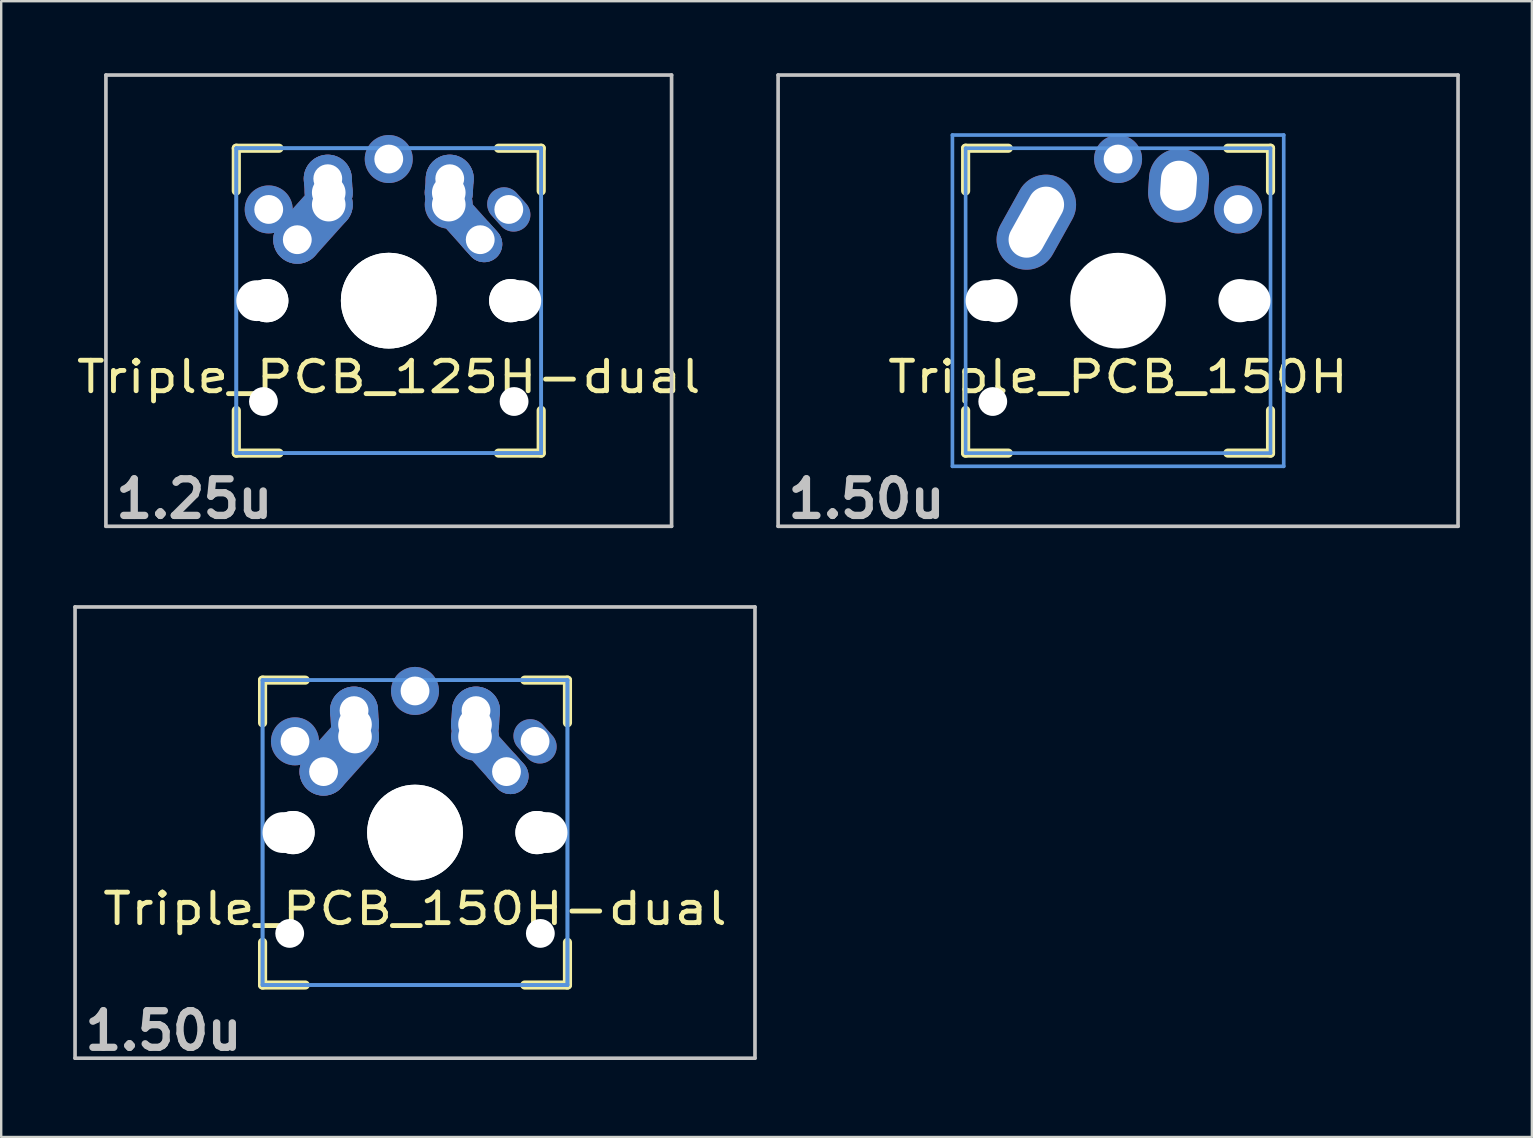
<source format=kicad_pcb>
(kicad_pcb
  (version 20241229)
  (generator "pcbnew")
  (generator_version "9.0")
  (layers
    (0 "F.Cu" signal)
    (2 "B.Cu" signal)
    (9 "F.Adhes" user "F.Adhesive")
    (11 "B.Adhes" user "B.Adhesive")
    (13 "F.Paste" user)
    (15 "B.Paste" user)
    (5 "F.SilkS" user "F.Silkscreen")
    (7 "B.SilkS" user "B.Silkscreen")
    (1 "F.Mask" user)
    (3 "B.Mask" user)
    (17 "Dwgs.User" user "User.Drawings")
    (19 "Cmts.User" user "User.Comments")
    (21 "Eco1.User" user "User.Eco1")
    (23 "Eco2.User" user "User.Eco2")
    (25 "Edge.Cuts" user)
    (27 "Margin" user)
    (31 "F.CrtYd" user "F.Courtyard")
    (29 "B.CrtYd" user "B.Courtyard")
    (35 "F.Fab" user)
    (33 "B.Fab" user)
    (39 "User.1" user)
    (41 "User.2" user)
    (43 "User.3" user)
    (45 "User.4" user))
  (footprint "Triple_PCB_150H-dual"
    (layer "F.Cu")
    (at 14.237 31.63)
    (property "Reference" "Triple_PCB_150H-dual" (at 0 3.175 0) (layer "F.SilkS") (effects (font (size 1.27 1.524) (thickness 0.203))))
    (attr through_hole)
    (fp_line (start -6.35 -6.35) (end -4.572 -6.35) (stroke (width 0.381) (type solid)) (layer "F.SilkS"))
    (fp_line (start -6.35 -4.572) (end -6.35 -6.35) (stroke (width 0.381) (type solid)) (layer "F.SilkS"))
    (fp_line (start -6.35 6.35) (end -6.35 4.572) (stroke (width 0.381) (type solid)) (layer "F.SilkS"))
    (fp_line (start -4.572 6.35) (end -6.35 6.35) (stroke (width 0.381) (type solid)) (layer "F.SilkS"))
    (fp_line (start 4.572 -6.35) (end 6.35 -6.35) (stroke (width 0.381) (type solid)) (layer "F.SilkS"))
    (fp_line (start 6.35 -6.35) (end 6.35 -4.572) (stroke (width 0.381) (type solid)) (layer "F.SilkS"))
    (fp_line (start 6.35 4.572) (end 6.35 6.35) (stroke (width 0.381) (type solid)) (layer "F.SilkS"))
    (fp_line (start 6.35 6.35) (end 4.572 6.35) (stroke (width 0.381) (type solid)) (layer "F.SilkS"))
    (fp_line (start -14.161 -9.398) (end 14.161 -9.398) (stroke (width 0.152) (type solid)) (layer "Dwgs.User"))
    (fp_line (start -14.161 9.398) (end -14.161 -9.398) (stroke (width 0.152) (type solid)) (layer "Dwgs.User"))
    (fp_line (start 14.161 -9.398) (end 14.161 9.398) (stroke (width 0.152) (type solid)) (layer "Dwgs.User"))
    (fp_line (start 14.161 9.398) (end -14.161 9.398) (stroke (width 0.152) (type solid)) (layer "Dwgs.User"))
    (fp_line (start -6.35 -6.35) (end 6.35 -6.35) (stroke (width 0.152) (type solid)) (layer "Cmts.User"))
    (fp_line (start -6.35 -6.35) (end 6.35 -6.35) (stroke (width 0.152) (type solid)) (layer "Cmts.User"))
    (fp_line (start -6.35 6.35) (end -6.35 -6.35) (stroke (width 0.152) (type solid)) (layer "Cmts.User"))
    (fp_line (start -6.35 6.35) (end -6.35 -6.35) (stroke (width 0.152) (type solid)) (layer "Cmts.User"))
    (fp_line (start 6.35 -6.35) (end 6.35 6.35) (stroke (width 0.152) (type solid)) (layer "Cmts.User"))
    (fp_line (start 6.35 -6.35) (end 6.35 6.35) (stroke (width 0.152) (type solid)) (layer "Cmts.User"))
    (fp_line (start 6.35 6.35) (end -6.35 6.35) (stroke (width 0.152) (type solid)) (layer "Cmts.User"))
    (fp_line (start 6.35 6.35) (end -6.35 6.35) (stroke (width 0.152) (type solid)) (layer "Cmts.User"))
    (fp_line (start -7.5 -7.5) (end 7.5 -7.5) (stroke (width 0.152) (type solid)) (layer "Eco2.User"))
    (fp_line (start -7.5 7.5) (end -7.5 -7.5) (stroke (width 0.152) (type solid)) (layer "Eco2.User"))
    (fp_line (start -6.985 -6.985) (end 6.985 -6.985) (stroke (width 0.152) (type solid)) (layer "Eco2.User"))
    (fp_line (start -6.985 -6.985) (end 6.985 -6.985) (stroke (width 0.152) (type solid)) (layer "Eco2.User"))
    (fp_line (start -6.985 6.985) (end -6.985 -6.985) (stroke (width 0.152) (type solid)) (layer "Eco2.User"))
    (fp_line (start -6.985 6.985) (end -6.985 -6.985) (stroke (width 0.152) (type solid)) (layer "Eco2.User"))
    (fp_line (start 6.985 -6.985) (end 6.985 6.985) (stroke (width 0.152) (type solid)) (layer "Eco2.User"))
    (fp_line (start 6.985 -6.985) (end 6.985 6.985) (stroke (width 0.152) (type solid)) (layer "Eco2.User"))
    (fp_line (start 6.985 6.985) (end -6.985 6.985) (stroke (width 0.152) (type solid)) (layer "Eco2.User"))
    (fp_line (start 6.985 6.985) (end -6.985 6.985) (stroke (width 0.152) (type solid)) (layer "Eco2.User"))
    (fp_line (start 7.5 -7.5) (end 7.5 7.5) (stroke (width 0.152) (type solid)) (layer "Eco2.User"))
    (fp_line (start 7.5 7.5) (end -7.5 7.5) (stroke (width 0.152) (type solid)) (layer "Eco2.User"))
    (fp_text user "1.50u" (at -10.477 8.255 0) (layer "Dwgs.User") (effects (font (size 1.524 1.524) (thickness 0.305))))
    (pad "" np_thru_hole circle (at -5.5 0) (size 1.7 1.7) (drill 1.7) (layers "*.Cu"))
    (pad "" np_thru_hole circle (at -5.22 4.2) (size 1.2 1.2) (drill 1.2) (layers "*.Cu"))
    (pad "" np_thru_hole circle (at -5.08 0) (size 1.8 1.8) (drill 1.8) (layers "*.Cu"))
    (pad "" np_thru_hole circle (at -5.08 0) (size 1.8 1.8) (drill 1.8) (layers "*.Cu"))
    (pad "" np_thru_hole circle (at 0 0) (size 3.988 3.988) (drill 3.988) (layers "*.Cu"))
    (pad "" np_thru_hole circle (at 0 0) (size 3.988 3.988) (drill 3.988) (layers "*.Cu"))
    (pad "" np_thru_hole circle (at 5.08 0) (size 1.8 1.8) (drill 1.8) (layers "*.Cu"))
    (pad "" np_thru_hole circle (at 5.08 0) (size 1.8 1.8) (drill 1.8) (layers "*.Cu"))
    (pad "" np_thru_hole circle (at 5.22 4.2) (size 1.2 1.2) (drill 1.2) (layers "*.Cu"))
    (pad "" np_thru_hole circle (at 5.5 0) (size 1.7 1.7) (drill 1.7) (layers "*.Cu"))
    (pad "1" thru_hole circle (at -5 -3.8 138.1) (size 2 2) (drill 1.2) (layers "*.Cu" "*.Mask"))
    (pad "1" thru_hole circle (at -3.81 -2.54) (size 2 2) (drill oval 1.2) (layers "*.Cu" "*.Mask"))
    (pad "1" smd oval (at -3.155 -3.27 138.1) (size 2 3.962) (layers "F.Cu" "F.Mask" "F.Paste"))
    (pad "1" smd oval (at -3.155 -3.27 138.1) (size 2 3.962) (layers "B.Cu" "B.Mask" "B.Paste"))
    (pad "1" thru_hole circle (at -2.54 -5.08 330.95) (size 2 2) (drill 1.2) (layers "*.Cu" "*.Mask"))
    (pad "1" smd oval (at -2.52 -4.79 3.945) (size 2 2.581) (layers "F.Cu" "F.Mask" "F.Paste"))
    (pad "1" smd oval (at -2.52 -4.79 3.945) (size 2 2.581) (layers "B.Cu" "B.Mask" "B.Paste"))
    (pad "1" thru_hole circle (at -2.5 -4.5 330.95) (size 2 2) (drill 1.4) (layers "*.Cu" "*.Mask"))
    (pad "1" thru_hole circle (at -2.5 -4 330.95) (size 2 2) (drill 1.4) (layers "*.Cu" "*.Mask"))
    (pad "1" thru_hole oval (at 5 -3.8 221.9) (size 1.4 2) (drill 1.2) (layers "*.Cu" "*.Mask"))
    (pad "2" thru_hole circle (at 0 -5.9) (size 2 2) (drill 1.2) (layers "*.Cu" "*.Mask"))
    (pad "2" thru_hole circle (at 2.5 -4.5 330.95) (size 2 2) (drill 1.4) (layers "*.Cu" "*.Mask"))
    (pad "2" thru_hole circle (at 2.5 -4) (size 2 2) (drill 1.4) (layers "*.Cu" "*.Mask"))
    (pad "2" smd oval (at 2.52 -4.79 356.055) (size 2 2.581) (layers "F.Cu" "F.Mask" "F.Paste"))
    (pad "2" smd oval (at 2.52 -4.79 356.055) (size 2 2.581) (layers "B.Cu" "B.Mask" "B.Paste"))
    (pad "2" thru_hole circle (at 2.54 -5.08 330.95) (size 2 2) (drill 1.2) (layers "*.Cu" "*.Mask"))
    (pad "2" smd oval (at 3.155 -3.27 221.9) (size 1.5 3.962) (layers "F.Cu" "F.Mask" "F.Paste"))
    (pad "2" smd oval (at 3.155 -3.27 221.9) (size 1.5 3.962) (layers "B.Cu" "B.Mask" "B.Paste"))
    (pad "2" thru_hole oval (at 3.81 -2.54 311.9) (size 2 1.5) (drill 1.2) (layers "*.Cu" "*.Mask")))
  (footprint "Triple_PCB_150H"
    (layer "F.Cu")
    (at 43.522 9.474)
    (property "Reference" "Triple_PCB_150H" (at 0 3.175 0) (layer "F.SilkS") (effects (font (size 1.27 1.524) (thickness 0.203))))
    (attr through_hole)
    (fp_line (start -6.35 -6.35) (end -4.572 -6.35) (stroke (width 0.381) (type solid)) (layer "F.SilkS"))
    (fp_line (start -6.35 -4.572) (end -6.35 -6.35) (stroke (width 0.381) (type solid)) (layer "F.SilkS"))
    (fp_line (start -6.35 6.35) (end -6.35 4.572) (stroke (width 0.381) (type solid)) (layer "F.SilkS"))
    (fp_line (start -4.572 6.35) (end -6.35 6.35) (stroke (width 0.381) (type solid)) (layer "F.SilkS"))
    (fp_line (start 4.572 -6.35) (end 6.35 -6.35) (stroke (width 0.381) (type solid)) (layer "F.SilkS"))
    (fp_line (start 6.35 -6.35) (end 6.35 -4.572) (stroke (width 0.381) (type solid)) (layer "F.SilkS"))
    (fp_line (start 6.35 4.572) (end 6.35 6.35) (stroke (width 0.381) (type solid)) (layer "F.SilkS"))
    (fp_line (start 6.35 6.35) (end 4.572 6.35) (stroke (width 0.381) (type solid)) (layer "F.SilkS"))
    (fp_line (start -14.161 -9.398) (end 14.161 -9.398) (stroke (width 0.152) (type solid)) (layer "Dwgs.User"))
    (fp_line (start -14.161 9.398) (end -14.161 -9.398) (stroke (width 0.152) (type solid)) (layer "Dwgs.User"))
    (fp_line (start 14.161 -9.398) (end 14.161 9.398) (stroke (width 0.152) (type solid)) (layer "Dwgs.User"))
    (fp_line (start 14.161 9.398) (end -14.161 9.398) (stroke (width 0.152) (type solid)) (layer "Dwgs.User"))
    (fp_line (start -6.9 -6.9) (end 6.9 -6.9) (stroke (width 0.152) (type solid)) (layer "Cmts.User"))
    (fp_line (start -6.9 6.9) (end -6.9 -6.9) (stroke (width 0.152) (type solid)) (layer "Cmts.User"))
    (fp_line (start -6.35 -6.35) (end 6.35 -6.35) (stroke (width 0.152) (type solid)) (layer "Cmts.User"))
    (fp_line (start -6.35 6.35) (end -6.35 -6.35) (stroke (width 0.152) (type solid)) (layer "Cmts.User"))
    (fp_line (start 6.35 -6.35) (end 6.35 6.35) (stroke (width 0.152) (type solid)) (layer "Cmts.User"))
    (fp_line (start 6.35 6.35) (end -6.35 6.35) (stroke (width 0.152) (type solid)) (layer "Cmts.User"))
    (fp_line (start 6.9 -6.9) (end 6.9 6.9) (stroke (width 0.152) (type solid)) (layer "Cmts.User"))
    (fp_line (start 6.9 6.9) (end -6.9 6.9) (stroke (width 0.152) (type solid)) (layer "Cmts.User"))
    (fp_line (start -7.5 -7.5) (end 7.5 -7.5) (stroke (width 0.152) (type solid)) (layer "Eco2.User"))
    (fp_line (start -7.5 7.5) (end -7.5 -7.5) (stroke (width 0.152) (type solid)) (layer "Eco2.User"))
    (fp_line (start -6.985 -6.985) (end 6.985 -6.985) (stroke (width 0.152) (type solid)) (layer "Eco2.User"))
    (fp_line (start -6.985 6.985) (end -6.985 -6.985) (stroke (width 0.152) (type solid)) (layer "Eco2.User"))
    (fp_line (start 6.985 -6.985) (end 6.985 6.985) (stroke (width 0.152) (type solid)) (layer "Eco2.User"))
    (fp_line (start 6.985 6.985) (end -6.985 6.985) (stroke (width 0.152) (type solid)) (layer "Eco2.User"))
    (fp_line (start 7.5 -7.5) (end 7.5 7.5) (stroke (width 0.152) (type solid)) (layer "Eco2.User"))
    (fp_line (start 7.5 7.5) (end -7.5 7.5) (stroke (width 0.152) (type solid)) (layer "Eco2.User"))
    (fp_text user "1.50u" (at -10.477 8.255 0) (layer "Dwgs.User") (effects (font (size 1.524 1.524) (thickness 0.305))))
    (pad "" np_thru_hole circle (at -5.5 0) (size 1.7 1.7) (drill 1.7) (layers "*.Cu"))
    (pad "" np_thru_hole circle (at -5.22 4.2) (size 1.2 1.2) (drill 1.2) (layers "*.Cu"))
    (pad "" np_thru_hole circle (at -5.08 0) (size 1.8 1.8) (drill 1.8) (layers "*.Cu"))
    (pad "" np_thru_hole circle (at 0 0) (size 3.4 3.4) (drill 3.4) (layers "*.Cu"))
    (pad "" np_thru_hole circle (at 0 0) (size 3.988 3.988) (drill 3.988) (layers "*.Cu"))
    (pad "" np_thru_hole circle (at 5.08 0) (size 1.8 1.8) (drill 1.8) (layers "*.Cu"))
    (pad "" np_thru_hole circle (at 5.5 0) (size 1.7 1.7) (drill 1.7) (layers "*.Cu"))
    (pad "1" thru_hole oval (at -3.405 -3.27 330.9) (size 2.5 4.17) (drill oval 1.5 3.17) (layers "*.Cu" "*.Mask"))
    (pad "1" thru_hole circle (at 0 -5.9) (size 2 2) (drill 1.2) (layers "*.Cu" "*.Mask"))
    (pad "2" thru_hole oval (at 2.52 -4.79 356.1) (size 2.5 3.08) (drill oval 1.5 2.08) (layers "*.Cu" "*.Mask"))
    (pad "2" thru_hole circle (at 5 -3.8 221.9) (size 2 2) (drill 1.2) (layers "*.Cu" "*.Mask")))
  (footprint "Triple_PCB_125H-dual"
    (layer "F.Cu")
    (at 13.143 9.474)
    (property "Reference" "Triple_PCB_125H-dual" (at 0 3.175 0) (layer "F.SilkS") (effects (font (size 1.27 1.524) (thickness 0.203))))
    (attr through_hole)
    (fp_line (start -6.35 -6.35) (end -4.572 -6.35) (stroke (width 0.381) (type solid)) (layer "F.SilkS"))
    (fp_line (start -6.35 -4.572) (end -6.35 -6.35) (stroke (width 0.381) (type solid)) (layer "F.SilkS"))
    (fp_line (start -6.35 6.35) (end -6.35 4.572) (stroke (width 0.381) (type solid)) (layer "F.SilkS"))
    (fp_line (start -4.572 6.35) (end -6.35 6.35) (stroke (width 0.381) (type solid)) (layer "F.SilkS"))
    (fp_line (start 4.572 -6.35) (end 6.35 -6.35) (stroke (width 0.381) (type solid)) (layer "F.SilkS"))
    (fp_line (start 6.35 -6.35) (end 6.35 -4.572) (stroke (width 0.381) (type solid)) (layer "F.SilkS"))
    (fp_line (start 6.35 4.572) (end 6.35 6.35) (stroke (width 0.381) (type solid)) (layer "F.SilkS"))
    (fp_line (start 6.35 6.35) (end 4.572 6.35) (stroke (width 0.381) (type solid)) (layer "F.SilkS"))
    (fp_line (start -11.781 -9.398) (end 11.781 -9.398) (stroke (width 0.152) (type solid)) (layer "Dwgs.User"))
    (fp_line (start -11.781 9.398) (end -11.781 -9.398) (stroke (width 0.152) (type solid)) (layer "Dwgs.User"))
    (fp_line (start 11.781 -9.398) (end 11.781 9.398) (stroke (width 0.152) (type solid)) (layer "Dwgs.User"))
    (fp_line (start 11.781 9.398) (end -11.781 9.398) (stroke (width 0.152) (type solid)) (layer "Dwgs.User"))
    (fp_line (start -6.35 -6.35) (end 6.35 -6.35) (stroke (width 0.152) (type solid)) (layer "Cmts.User"))
    (fp_line (start -6.35 -6.35) (end 6.35 -6.35) (stroke (width 0.152) (type solid)) (layer "Cmts.User"))
    (fp_line (start -6.35 6.35) (end -6.35 -6.35) (stroke (width 0.152) (type solid)) (layer "Cmts.User"))
    (fp_line (start -6.35 6.35) (end -6.35 -6.35) (stroke (width 0.152) (type solid)) (layer "Cmts.User"))
    (fp_line (start 6.35 -6.35) (end 6.35 6.35) (stroke (width 0.152) (type solid)) (layer "Cmts.User"))
    (fp_line (start 6.35 -6.35) (end 6.35 6.35) (stroke (width 0.152) (type solid)) (layer "Cmts.User"))
    (fp_line (start 6.35 6.35) (end -6.35 6.35) (stroke (width 0.152) (type solid)) (layer "Cmts.User"))
    (fp_line (start 6.35 6.35) (end -6.35 6.35) (stroke (width 0.152) (type solid)) (layer "Cmts.User"))
    (fp_line (start -7.5 -7.5) (end 7.5 -7.5) (stroke (width 0.152) (type solid)) (layer "Eco2.User"))
    (fp_line (start -7.5 7.5) (end -7.5 -7.5) (stroke (width 0.152) (type solid)) (layer "Eco2.User"))
    (fp_line (start -6.985 -6.985) (end 6.985 -6.985) (stroke (width 0.152) (type solid)) (layer "Eco2.User"))
    (fp_line (start -6.985 -6.985) (end 6.985 -6.985) (stroke (width 0.152) (type solid)) (layer "Eco2.User"))
    (fp_line (start -6.985 6.985) (end -6.985 -6.985) (stroke (width 0.152) (type solid)) (layer "Eco2.User"))
    (fp_line (start -6.985 6.985) (end -6.985 -6.985) (stroke (width 0.152) (type solid)) (layer "Eco2.User"))
    (fp_line (start 6.985 -6.985) (end 6.985 6.985) (stroke (width 0.152) (type solid)) (layer "Eco2.User"))
    (fp_line (start 6.985 -6.985) (end 6.985 6.985) (stroke (width 0.152) (type solid)) (layer "Eco2.User"))
    (fp_line (start 6.985 6.985) (end -6.985 6.985) (stroke (width 0.152) (type solid)) (layer "Eco2.User"))
    (fp_line (start 6.985 6.985) (end -6.985 6.985) (stroke (width 0.152) (type solid)) (layer "Eco2.User"))
    (fp_line (start 7.5 -7.5) (end 7.5 7.5) (stroke (width 0.152) (type solid)) (layer "Eco2.User"))
    (fp_line (start 7.5 7.5) (end -7.5 7.5) (stroke (width 0.152) (type solid)) (layer "Eco2.User"))
    (fp_text user "1.25u" (at -8.098 8.255 0) (layer "Dwgs.User") (effects (font (size 1.524 1.524) (thickness 0.305))))
    (pad "" np_thru_hole circle (at -5.5 0) (size 1.7 1.7) (drill 1.7) (layers "*.Cu"))
    (pad "" np_thru_hole circle (at -5.22 4.2) (size 1.2 1.2) (drill 1.2) (layers "*.Cu"))
    (pad "" np_thru_hole circle (at -5.08 0) (size 1.8 1.8) (drill 1.8) (layers "*.Cu"))
    (pad "" np_thru_hole circle (at -5.08 0) (size 1.8 1.8) (drill 1.8) (layers "*.Cu"))
    (pad "" np_thru_hole circle (at 0 0) (size 3.988 3.988) (drill 3.988) (layers "*.Cu"))
    (pad "" np_thru_hole circle (at 0 0) (size 3.988 3.988) (drill 3.988) (layers "*.Cu"))
    (pad "" np_thru_hole circle (at 5.08 0) (size 1.8 1.8) (drill 1.8) (layers "*.Cu"))
    (pad "" np_thru_hole circle (at 5.08 0) (size 1.8 1.8) (drill 1.8) (layers "*.Cu"))
    (pad "" np_thru_hole circle (at 5.22 4.2) (size 1.2 1.2) (drill 1.2) (layers "*.Cu"))
    (pad "" np_thru_hole circle (at 5.5 0) (size 1.7 1.7) (drill 1.7) (layers "*.Cu"))
    (pad "1" thru_hole circle (at -5 -3.8 138.1) (size 2 2) (drill 1.2) (layers "*.Cu" "*.Mask"))
    (pad "1" thru_hole circle (at -3.81 -2.54) (size 2 2) (drill oval 1.2) (layers "*.Cu" "*.Mask"))
    (pad "1" smd oval (at -3.155 -3.27 138.1) (size 2 3.962) (layers "F.Cu" "F.Mask" "F.Paste"))
    (pad "1" smd oval (at -3.155 -3.27 138.1) (size 2 3.962) (layers "B.Cu" "B.Mask" "B.Paste"))
    (pad "1" thru_hole circle (at -2.54 -5.08 330.95) (size 2 2) (drill 1.2) (layers "*.Cu" "*.Mask"))
    (pad "1" smd oval (at -2.52 -4.79 3.945) (size 2 2.581) (layers "F.Cu" "F.Mask" "F.Paste"))
    (pad "1" smd oval (at -2.52 -4.79 3.945) (size 2 2.581) (layers "B.Cu" "B.Mask" "B.Paste"))
    (pad "1" thru_hole circle (at -2.5 -4.5 330.95) (size 2 2) (drill 1.4) (layers "*.Cu" "*.Mask"))
    (pad "1" thru_hole circle (at -2.5 -4 330.95) (size 2 2) (drill 1.4) (layers "*.Cu" "*.Mask"))
    (pad "1" thru_hole oval (at 5 -3.8 221.9) (size 1.4 2) (drill 1.2) (layers "*.Cu" "*.Mask"))
    (pad "2" thru_hole circle (at 0 -5.9) (size 2 2) (drill 1.2) (layers "*.Cu" "*.Mask"))
    (pad "2" thru_hole circle (at 2.5 -4.5 330.95) (size 2 2) (drill 1.4) (layers "*.Cu" "*.Mask"))
    (pad "2" thru_hole circle (at 2.5 -4) (size 2 2) (drill 1.4) (layers "*.Cu" "*.Mask"))
    (pad "2" smd oval (at 2.52 -4.79 356.055) (size 2 2.581) (layers "F.Cu" "F.Mask" "F.Paste"))
    (pad "2" smd oval (at 2.52 -4.79 356.055) (size 2 2.581) (layers "B.Cu" "B.Mask" "B.Paste"))
    (pad "2" thru_hole circle (at 2.54 -5.08 330.95) (size 2 2) (drill 1.2) (layers "*.Cu" "*.Mask"))
    (pad "2" smd oval (at 3.155 -3.27 221.9) (size 1.5 3.962) (layers "F.Cu" "F.Mask" "F.Paste"))
    (pad "2" smd oval (at 3.155 -3.27 221.9) (size 1.5 3.962) (layers "B.Cu" "B.Mask" "B.Paste"))
    (pad "2" thru_hole oval (at 3.81 -2.54 311.9) (size 2 1.5) (drill 1.2) (layers "*.Cu" "*.Mask")))
  (gr_rect
    (start -3 -3)
    (end 60.759 44.311)
    (stroke (width 0.1) (type default))
    (fill no)
    (layer "Edge.Cuts")))
</source>
